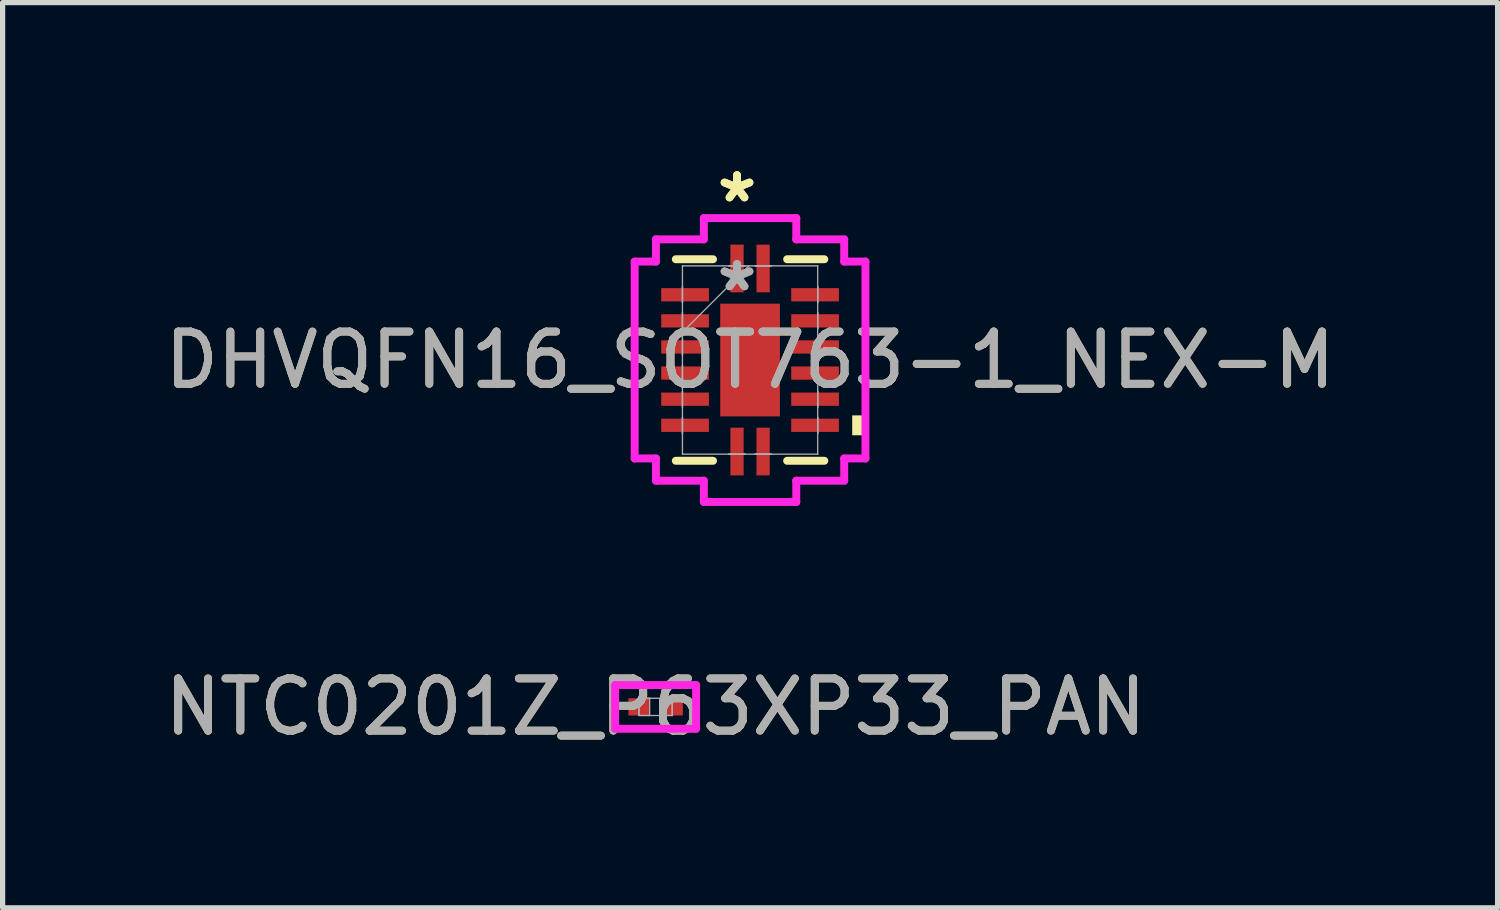
<source format=kicad_pcb>
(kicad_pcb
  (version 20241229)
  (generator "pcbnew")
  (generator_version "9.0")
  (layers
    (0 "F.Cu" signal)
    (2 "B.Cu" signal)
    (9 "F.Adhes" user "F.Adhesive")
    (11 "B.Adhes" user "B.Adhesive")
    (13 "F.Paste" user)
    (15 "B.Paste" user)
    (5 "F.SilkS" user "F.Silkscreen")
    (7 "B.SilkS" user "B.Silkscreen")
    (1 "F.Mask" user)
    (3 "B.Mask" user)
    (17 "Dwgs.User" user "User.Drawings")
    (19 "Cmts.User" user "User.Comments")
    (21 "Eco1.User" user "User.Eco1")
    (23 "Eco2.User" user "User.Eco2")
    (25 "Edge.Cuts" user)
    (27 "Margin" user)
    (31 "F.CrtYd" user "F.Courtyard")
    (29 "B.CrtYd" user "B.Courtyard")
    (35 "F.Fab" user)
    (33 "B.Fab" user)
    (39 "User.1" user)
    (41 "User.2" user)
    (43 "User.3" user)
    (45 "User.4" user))
  (footprint "DHVQFN16_SOT763-1_NEX-M"
    (layer "F.Cu")
    (at 11.315 3.845)
    (property "Reference" "DHVQFN16_SOT763-1_NEX-M" (at 0 0 0) (unlocked yes) (layer "F.SilkS") (effects (font (size 1 1) (thickness 0.15))))
    (attr smd)
    (fp_line (start -1.422 1.93) (end -0.71 1.93) (stroke (width 0.152) (type solid)) (layer "F.SilkS"))
    (fp_line (start -0.71 -1.93) (end -1.422 -1.93) (stroke (width 0.152) (type solid)) (layer "F.SilkS"))
    (fp_line (start 0.71 1.93) (end 1.422 1.93) (stroke (width 0.152) (type solid)) (layer "F.SilkS"))
    (fp_line (start 1.422 -1.93) (end 0.71 -1.93) (stroke (width 0.152) (type solid)) (layer "F.SilkS"))
    (fp_poly (pts (xy 2.21 1.06) (xy 2.21 1.441) (xy 1.956 1.441) (xy 1.956 1.06)) (stroke (width 0) (type solid)) (fill yes) (layer "F.SilkS"))
    (fp_line (start -2.21 -1.885) (end -1.803 -1.885) (stroke (width 0.152) (type solid)) (layer "F.CrtYd"))
    (fp_line (start -2.21 1.885) (end -2.21 -1.885) (stroke (width 0.152) (type solid)) (layer "F.CrtYd"))
    (fp_line (start -1.803 -2.311) (end -0.885 -2.311) (stroke (width 0.152) (type solid)) (layer "F.CrtYd"))
    (fp_line (start -1.803 -1.885) (end -1.803 -2.311) (stroke (width 0.152) (type solid)) (layer "F.CrtYd"))
    (fp_line (start -1.803 1.885) (end -2.21 1.885) (stroke (width 0.152) (type solid)) (layer "F.CrtYd"))
    (fp_line (start -1.803 2.311) (end -1.803 1.885) (stroke (width 0.152) (type solid)) (layer "F.CrtYd"))
    (fp_line (start -0.885 -2.718) (end 0.885 -2.718) (stroke (width 0.152) (type solid)) (layer "F.CrtYd"))
    (fp_line (start -0.885 -2.311) (end -0.885 -2.718) (stroke (width 0.152) (type solid)) (layer "F.CrtYd"))
    (fp_line (start -0.885 2.311) (end -1.803 2.311) (stroke (width 0.152) (type solid)) (layer "F.CrtYd"))
    (fp_line (start -0.885 2.718) (end -0.885 2.311) (stroke (width 0.152) (type solid)) (layer "F.CrtYd"))
    (fp_line (start 0.885 -2.718) (end 0.885 -2.311) (stroke (width 0.152) (type solid)) (layer "F.CrtYd"))
    (fp_line (start 0.885 -2.311) (end 1.803 -2.311) (stroke (width 0.152) (type solid)) (layer "F.CrtYd"))
    (fp_line (start 0.885 2.311) (end 0.885 2.718) (stroke (width 0.152) (type solid)) (layer "F.CrtYd"))
    (fp_line (start 0.885 2.718) (end -0.885 2.718) (stroke (width 0.152) (type solid)) (layer "F.CrtYd"))
    (fp_line (start 1.803 -2.311) (end 1.803 -1.885) (stroke (width 0.152) (type solid)) (layer "F.CrtYd"))
    (fp_line (start 1.803 -1.885) (end 2.21 -1.885) (stroke (width 0.152) (type solid)) (layer "F.CrtYd"))
    (fp_line (start 1.803 1.885) (end 1.803 2.311) (stroke (width 0.152) (type solid)) (layer "F.CrtYd"))
    (fp_line (start 1.803 2.311) (end 0.885 2.311) (stroke (width 0.152) (type solid)) (layer "F.CrtYd"))
    (fp_line (start 2.21 -1.885) (end 2.21 1.885) (stroke (width 0.152) (type solid)) (layer "F.CrtYd"))
    (fp_line (start 2.21 1.885) (end 1.803 1.885) (stroke (width 0.152) (type solid)) (layer "F.CrtYd"))
    (fp_line (start -1.295 -1.803) (end -1.295 -1.803) (stroke (width 0.025) (type solid)) (layer "F.Fab"))
    (fp_line (start -1.295 -1.803) (end -1.295 1.803) (stroke (width 0.025) (type solid)) (layer "F.Fab"))
    (fp_line (start -1.295 -1.403) (end -1.295 -1.403) (stroke (width 0.025) (type solid)) (layer "F.Fab"))
    (fp_line (start -1.295 -1.403) (end -1.295 -1.098) (stroke (width 0.025) (type solid)) (layer "F.Fab"))
    (fp_line (start -1.295 -1.098) (end -1.295 -1.403) (stroke (width 0.025) (type solid)) (layer "F.Fab"))
    (fp_line (start -1.295 -1.098) (end -1.295 -1.098) (stroke (width 0.025) (type solid)) (layer "F.Fab"))
    (fp_line (start -1.295 -0.903) (end -1.295 -0.903) (stroke (width 0.025) (type solid)) (layer "F.Fab"))
    (fp_line (start -1.295 -0.903) (end -1.295 -0.598) (stroke (width 0.025) (type solid)) (layer "F.Fab"))
    (fp_line (start -1.295 -0.598) (end -1.295 -0.903) (stroke (width 0.025) (type solid)) (layer "F.Fab"))
    (fp_line (start -1.295 -0.598) (end -1.295 -0.598) (stroke (width 0.025) (type solid)) (layer "F.Fab"))
    (fp_line (start -1.295 -0.533) (end -0.025 -1.803) (stroke (width 0.025) (type solid)) (layer "F.Fab"))
    (fp_line (start -1.295 -0.402) (end -1.295 -0.402) (stroke (width 0.025) (type solid)) (layer "F.Fab"))
    (fp_line (start -1.295 -0.402) (end -1.295 -0.098) (stroke (width 0.025) (type solid)) (layer "F.Fab"))
    (fp_line (start -1.295 -0.098) (end -1.295 -0.402) (stroke (width 0.025) (type solid)) (layer "F.Fab"))
    (fp_line (start -1.295 -0.098) (end -1.295 -0.098) (stroke (width 0.025) (type solid)) (layer "F.Fab"))
    (fp_line (start -1.295 0.098) (end -1.295 0.098) (stroke (width 0.025) (type solid)) (layer "F.Fab"))
    (fp_line (start -1.295 0.098) (end -1.295 0.402) (stroke (width 0.025) (type solid)) (layer "F.Fab"))
    (fp_line (start -1.295 0.402) (end -1.295 0.098) (stroke (width 0.025) (type solid)) (layer "F.Fab"))
    (fp_line (start -1.295 0.402) (end -1.295 0.402) (stroke (width 0.025) (type solid)) (layer "F.Fab"))
    (fp_line (start -1.295 0.598) (end -1.295 0.598) (stroke (width 0.025) (type solid)) (layer "F.Fab"))
    (fp_line (start -1.295 0.598) (end -1.295 0.903) (stroke (width 0.025) (type solid)) (layer "F.Fab"))
    (fp_line (start -1.295 0.903) (end -1.295 0.598) (stroke (width 0.025) (type solid)) (layer "F.Fab"))
    (fp_line (start -1.295 0.903) (end -1.295 0.903) (stroke (width 0.025) (type solid)) (layer "F.Fab"))
    (fp_line (start -1.295 1.098) (end -1.295 1.098) (stroke (width 0.025) (type solid)) (layer "F.Fab"))
    (fp_line (start -1.295 1.098) (end -1.295 1.403) (stroke (width 0.025) (type solid)) (layer "F.Fab"))
    (fp_line (start -1.295 1.403) (end -1.295 1.098) (stroke (width 0.025) (type solid)) (layer "F.Fab"))
    (fp_line (start -1.295 1.403) (end -1.295 1.403) (stroke (width 0.025) (type solid)) (layer "F.Fab"))
    (fp_line (start -1.295 1.803) (end -1.295 1.803) (stroke (width 0.025) (type solid)) (layer "F.Fab"))
    (fp_line (start -1.295 1.803) (end 1.295 1.803) (stroke (width 0.025) (type solid)) (layer "F.Fab"))
    (fp_line (start -0.402 -1.803) (end -0.402 -1.803) (stroke (width 0.025) (type solid)) (layer "F.Fab"))
    (fp_line (start -0.402 -1.803) (end -0.098 -1.803) (stroke (width 0.025) (type solid)) (layer "F.Fab"))
    (fp_line (start -0.402 1.803) (end -0.402 1.803) (stroke (width 0.025) (type solid)) (layer "F.Fab"))
    (fp_line (start -0.402 1.803) (end -0.098 1.803) (stroke (width 0.025) (type solid)) (layer "F.Fab"))
    (fp_line (start -0.098 -1.803) (end -0.402 -1.803) (stroke (width 0.025) (type solid)) (layer "F.Fab"))
    (fp_line (start -0.098 -1.803) (end -0.098 -1.803) (stroke (width 0.025) (type solid)) (layer "F.Fab"))
    (fp_line (start -0.098 1.803) (end -0.402 1.803) (stroke (width 0.025) (type solid)) (layer "F.Fab"))
    (fp_line (start -0.098 1.803) (end -0.098 1.803) (stroke (width 0.025) (type solid)) (layer "F.Fab"))
    (fp_line (start 0.098 -1.803) (end 0.098 -1.803) (stroke (width 0.025) (type solid)) (layer "F.Fab"))
    (fp_line (start 0.098 -1.803) (end 0.402 -1.803) (stroke (width 0.025) (type solid)) (layer "F.Fab"))
    (fp_line (start 0.098 1.803) (end 0.098 1.803) (stroke (width 0.025) (type solid)) (layer "F.Fab"))
    (fp_line (start 0.098 1.803) (end 0.402 1.803) (stroke (width 0.025) (type solid)) (layer "F.Fab"))
    (fp_line (start 0.402 -1.803) (end 0.098 -1.803) (stroke (width 0.025) (type solid)) (layer "F.Fab"))
    (fp_line (start 0.402 -1.803) (end 0.402 -1.803) (stroke (width 0.025) (type solid)) (layer "F.Fab"))
    (fp_line (start 0.402 1.803) (end 0.098 1.803) (stroke (width 0.025) (type solid)) (layer "F.Fab"))
    (fp_line (start 0.402 1.803) (end 0.402 1.803) (stroke (width 0.025) (type solid)) (layer "F.Fab"))
    (fp_line (start 1.295 -1.803) (end -1.295 -1.803) (stroke (width 0.025) (type solid)) (layer "F.Fab"))
    (fp_line (start 1.295 -1.803) (end 1.295 -1.803) (stroke (width 0.025) (type solid)) (layer "F.Fab"))
    (fp_line (start 1.295 -1.403) (end 1.295 -1.403) (stroke (width 0.025) (type solid)) (layer "F.Fab"))
    (fp_line (start 1.295 -1.403) (end 1.295 -1.098) (stroke (width 0.025) (type solid)) (layer "F.Fab"))
    (fp_line (start 1.295 -1.098) (end 1.295 -1.403) (stroke (width 0.025) (type solid)) (layer "F.Fab"))
    (fp_line (start 1.295 -1.098) (end 1.295 -1.098) (stroke (width 0.025) (type solid)) (layer "F.Fab"))
    (fp_line (start 1.295 -0.903) (end 1.295 -0.903) (stroke (width 0.025) (type solid)) (layer "F.Fab"))
    (fp_line (start 1.295 -0.903) (end 1.295 -0.598) (stroke (width 0.025) (type solid)) (layer "F.Fab"))
    (fp_line (start 1.295 -0.598) (end 1.295 -0.903) (stroke (width 0.025) (type solid)) (layer "F.Fab"))
    (fp_line (start 1.295 -0.598) (end 1.295 -0.598) (stroke (width 0.025) (type solid)) (layer "F.Fab"))
    (fp_line (start 1.295 -0.402) (end 1.295 -0.402) (stroke (width 0.025) (type solid)) (layer "F.Fab"))
    (fp_line (start 1.295 -0.402) (end 1.295 -0.098) (stroke (width 0.025) (type solid)) (layer "F.Fab"))
    (fp_line (start 1.295 -0.098) (end 1.295 -0.402) (stroke (width 0.025) (type solid)) (layer "F.Fab"))
    (fp_line (start 1.295 -0.098) (end 1.295 -0.098) (stroke (width 0.025) (type solid)) (layer "F.Fab"))
    (fp_line (start 1.295 0.098) (end 1.295 0.098) (stroke (width 0.025) (type solid)) (layer "F.Fab"))
    (fp_line (start 1.295 0.098) (end 1.295 0.402) (stroke (width 0.025) (type solid)) (layer "F.Fab"))
    (fp_line (start 1.295 0.402) (end 1.295 0.098) (stroke (width 0.025) (type solid)) (layer "F.Fab"))
    (fp_line (start 1.295 0.402) (end 1.295 0.402) (stroke (width 0.025) (type solid)) (layer "F.Fab"))
    (fp_line (start 1.295 0.598) (end 1.295 0.598) (stroke (width 0.025) (type solid)) (layer "F.Fab"))
    (fp_line (start 1.295 0.598) (end 1.295 0.903) (stroke (width 0.025) (type solid)) (layer "F.Fab"))
    (fp_line (start 1.295 0.903) (end 1.295 0.598) (stroke (width 0.025) (type solid)) (layer "F.Fab"))
    (fp_line (start 1.295 0.903) (end 1.295 0.903) (stroke (width 0.025) (type solid)) (layer "F.Fab"))
    (fp_line (start 1.295 1.098) (end 1.295 1.098) (stroke (width 0.025) (type solid)) (layer "F.Fab"))
    (fp_line (start 1.295 1.098) (end 1.295 1.403) (stroke (width 0.025) (type solid)) (layer "F.Fab"))
    (fp_line (start 1.295 1.403) (end 1.295 1.098) (stroke (width 0.025) (type solid)) (layer "F.Fab"))
    (fp_line (start 1.295 1.403) (end 1.295 1.403) (stroke (width 0.025) (type solid)) (layer "F.Fab"))
    (fp_line (start 1.295 1.803) (end 1.295 -1.803) (stroke (width 0.025) (type solid)) (layer "F.Fab"))
    (fp_line (start 1.295 1.803) (end 1.295 1.803) (stroke (width 0.025) (type solid)) (layer "F.Fab"))
    (fp_text user "*" (at -0.25 -2.997 0) (unlocked yes) (layer "F.SilkS") (effects (font (size 1 1) (thickness 0.15))))
    (fp_text user "*" (at -0.25 -2.997 0) (layer "F.SilkS") (effects (font (size 1 1) (thickness 0.15))))
    (fp_text user "${REFERENCE}" (at 0 0 0) (unlocked yes) (layer "F.Fab") (effects (font (size 1 1) (thickness 0.15))))
    (fp_text user "*" (at -0.25 -1.295 0) (unlocked yes) (layer "F.Fab") (effects (font (size 1 1) (thickness 0.15))))
    (fp_text user "*" (at -0.25 -1.295 0) (layer "F.Fab") (effects (font (size 1 1) (thickness 0.15))))
    (pad "1" smd rect (at -0.25 -1.753) (size 0.254 0.914) (layers "F.Cu" "F.Mask" "F.Paste"))
    (pad "2" smd rect (at -1.245 -1.25 90) (size 0.254 0.914) (layers "F.Cu" "F.Mask" "F.Paste"))
    (pad "3" smd rect (at -1.245 -0.75 90) (size 0.254 0.914) (layers "F.Cu" "F.Mask" "F.Paste"))
    (pad "4" smd rect (at -1.245 -0.25 90) (size 0.254 0.914) (layers "F.Cu" "F.Mask" "F.Paste"))
    (pad "5" smd rect (at -1.245 0.25 90) (size 0.254 0.914) (layers "F.Cu" "F.Mask" "F.Paste"))
    (pad "6" smd rect (at -1.245 0.75 90) (size 0.254 0.914) (layers "F.Cu" "F.Mask" "F.Paste"))
    (pad "7" smd rect (at -1.245 1.25 90) (size 0.254 0.914) (layers "F.Cu" "F.Mask" "F.Paste"))
    (pad "8" smd rect (at -0.25 1.753) (size 0.254 0.914) (layers "F.Cu" "F.Mask" "F.Paste"))
    (pad "9" smd rect (at 0.25 1.753) (size 0.254 0.914) (layers "F.Cu" "F.Mask" "F.Paste"))
    (pad "10" smd rect (at 1.245 1.25 90) (size 0.254 0.914) (layers "F.Cu" "F.Mask" "F.Paste"))
    (pad "11" smd rect (at 1.245 0.75 90) (size 0.254 0.914) (layers "F.Cu" "F.Mask" "F.Paste"))
    (pad "12" smd rect (at 1.245 0.25 90) (size 0.254 0.914) (layers "F.Cu" "F.Mask" "F.Paste"))
    (pad "13" smd rect (at 1.245 -0.25 90) (size 0.254 0.914) (layers "F.Cu" "F.Mask" "F.Paste"))
    (pad "14" smd rect (at 1.245 -0.75 90) (size 0.254 0.914) (layers "F.Cu" "F.Mask" "F.Paste"))
    (pad "15" smd rect (at 1.245 -1.25 90) (size 0.254 0.914) (layers "F.Cu" "F.Mask" "F.Paste"))
    (pad "16" smd rect (at 0.25 -1.753) (size 0.254 0.914) (layers "F.Cu" "F.Mask" "F.Paste"))
    (pad "17" smd rect (at 0 0) (size 1.143 2.159) (layers "F.Cu" "F.Mask" "F.Paste")))
  (footprint "NTC0201Z_P63XP33_PAN"
    (layer "F.Cu")
    (at 9.506 10.488)
    (property "Reference" "NTC0201Z_P63XP33_PAN" (at 0 0 0) (unlocked yes) (layer "F.SilkS") (effects (font (size 1 1) (thickness 0.15))))
    (attr smd)
    (fp_line (start -0.775 -0.419) (end 0.775 -0.419) (stroke (width 0.152) (type solid)) (layer "F.CrtYd"))
    (fp_line (start -0.775 0.419) (end -0.775 -0.419) (stroke (width 0.152) (type solid)) (layer "F.CrtYd"))
    (fp_line (start 0.775 -0.419) (end 0.775 0.419) (stroke (width 0.152) (type solid)) (layer "F.CrtYd"))
    (fp_line (start 0.775 0.419) (end -0.775 0.419) (stroke (width 0.152) (type solid)) (layer "F.CrtYd"))
    (fp_line (start -0.318 -0.165) (end -0.318 0.165) (stroke (width 0.025) (type solid)) (layer "F.Fab"))
    (fp_line (start -0.318 -0.165) (end -0.318 0.165) (stroke (width 0.025) (type solid)) (layer "F.Fab"))
    (fp_line (start -0.318 0.165) (end -0.114 0.165) (stroke (width 0.025) (type solid)) (layer "F.Fab"))
    (fp_line (start -0.318 0.165) (end 0.318 0.165) (stroke (width 0.025) (type solid)) (layer "F.Fab"))
    (fp_line (start -0.114 -0.165) (end -0.318 -0.165) (stroke (width 0.025) (type solid)) (layer "F.Fab"))
    (fp_line (start -0.114 0.165) (end -0.114 -0.165) (stroke (width 0.025) (type solid)) (layer "F.Fab"))
    (fp_line (start 0.114 -0.165) (end 0.114 0.165) (stroke (width 0.025) (type solid)) (layer "F.Fab"))
    (fp_line (start 0.114 0.165) (end 0.318 0.165) (stroke (width 0.025) (type solid)) (layer "F.Fab"))
    (fp_line (start 0.318 -0.165) (end -0.318 -0.165) (stroke (width 0.025) (type solid)) (layer "F.Fab"))
    (fp_line (start 0.318 -0.165) (end 0.114 -0.165) (stroke (width 0.025) (type solid)) (layer "F.Fab"))
    (fp_line (start 0.318 0.165) (end 0.318 -0.165) (stroke (width 0.025) (type solid)) (layer "F.Fab"))
    (fp_line (start 0.318 0.165) (end 0.318 -0.165) (stroke (width 0.025) (type solid)) (layer "F.Fab"))
    (fp_text user "${REFERENCE}" (at 0 0 0) (unlocked yes) (layer "F.Fab") (effects (font (size 1 1) (thickness 0.15))))
    (pad "1" smd rect (at -0.318 0) (size 0.406 0.33) (layers "F.Cu" "F.Mask" "F.Paste"))
    (pad "2" smd rect (at 0.318 0) (size 0.406 0.33) (layers "F.Cu" "F.Mask" "F.Paste"))
    (zone (net_name "") (layer "F.Cu") (hatch full 0.508) (connect_pads) (min_thickness 0.254) (filled_areas_thickness no) (keepout (tracks not_allowed) (vias not_allowed) (pads allowed) (copperpour not_allowed) (footprints allowed)) (placement (enabled no)) (fill) (polygon (pts (xy 9.442 10.373) (xy 9.569 10.373) (xy 9.569 10.602) (xy 9.442 10.602)))))
  (gr_rect
    (start -3 -3)
    (end 25.631 14.336)
    (stroke (width 0.1) (type default))
    (fill no)
    (layer "Edge.Cuts")))
</source>
